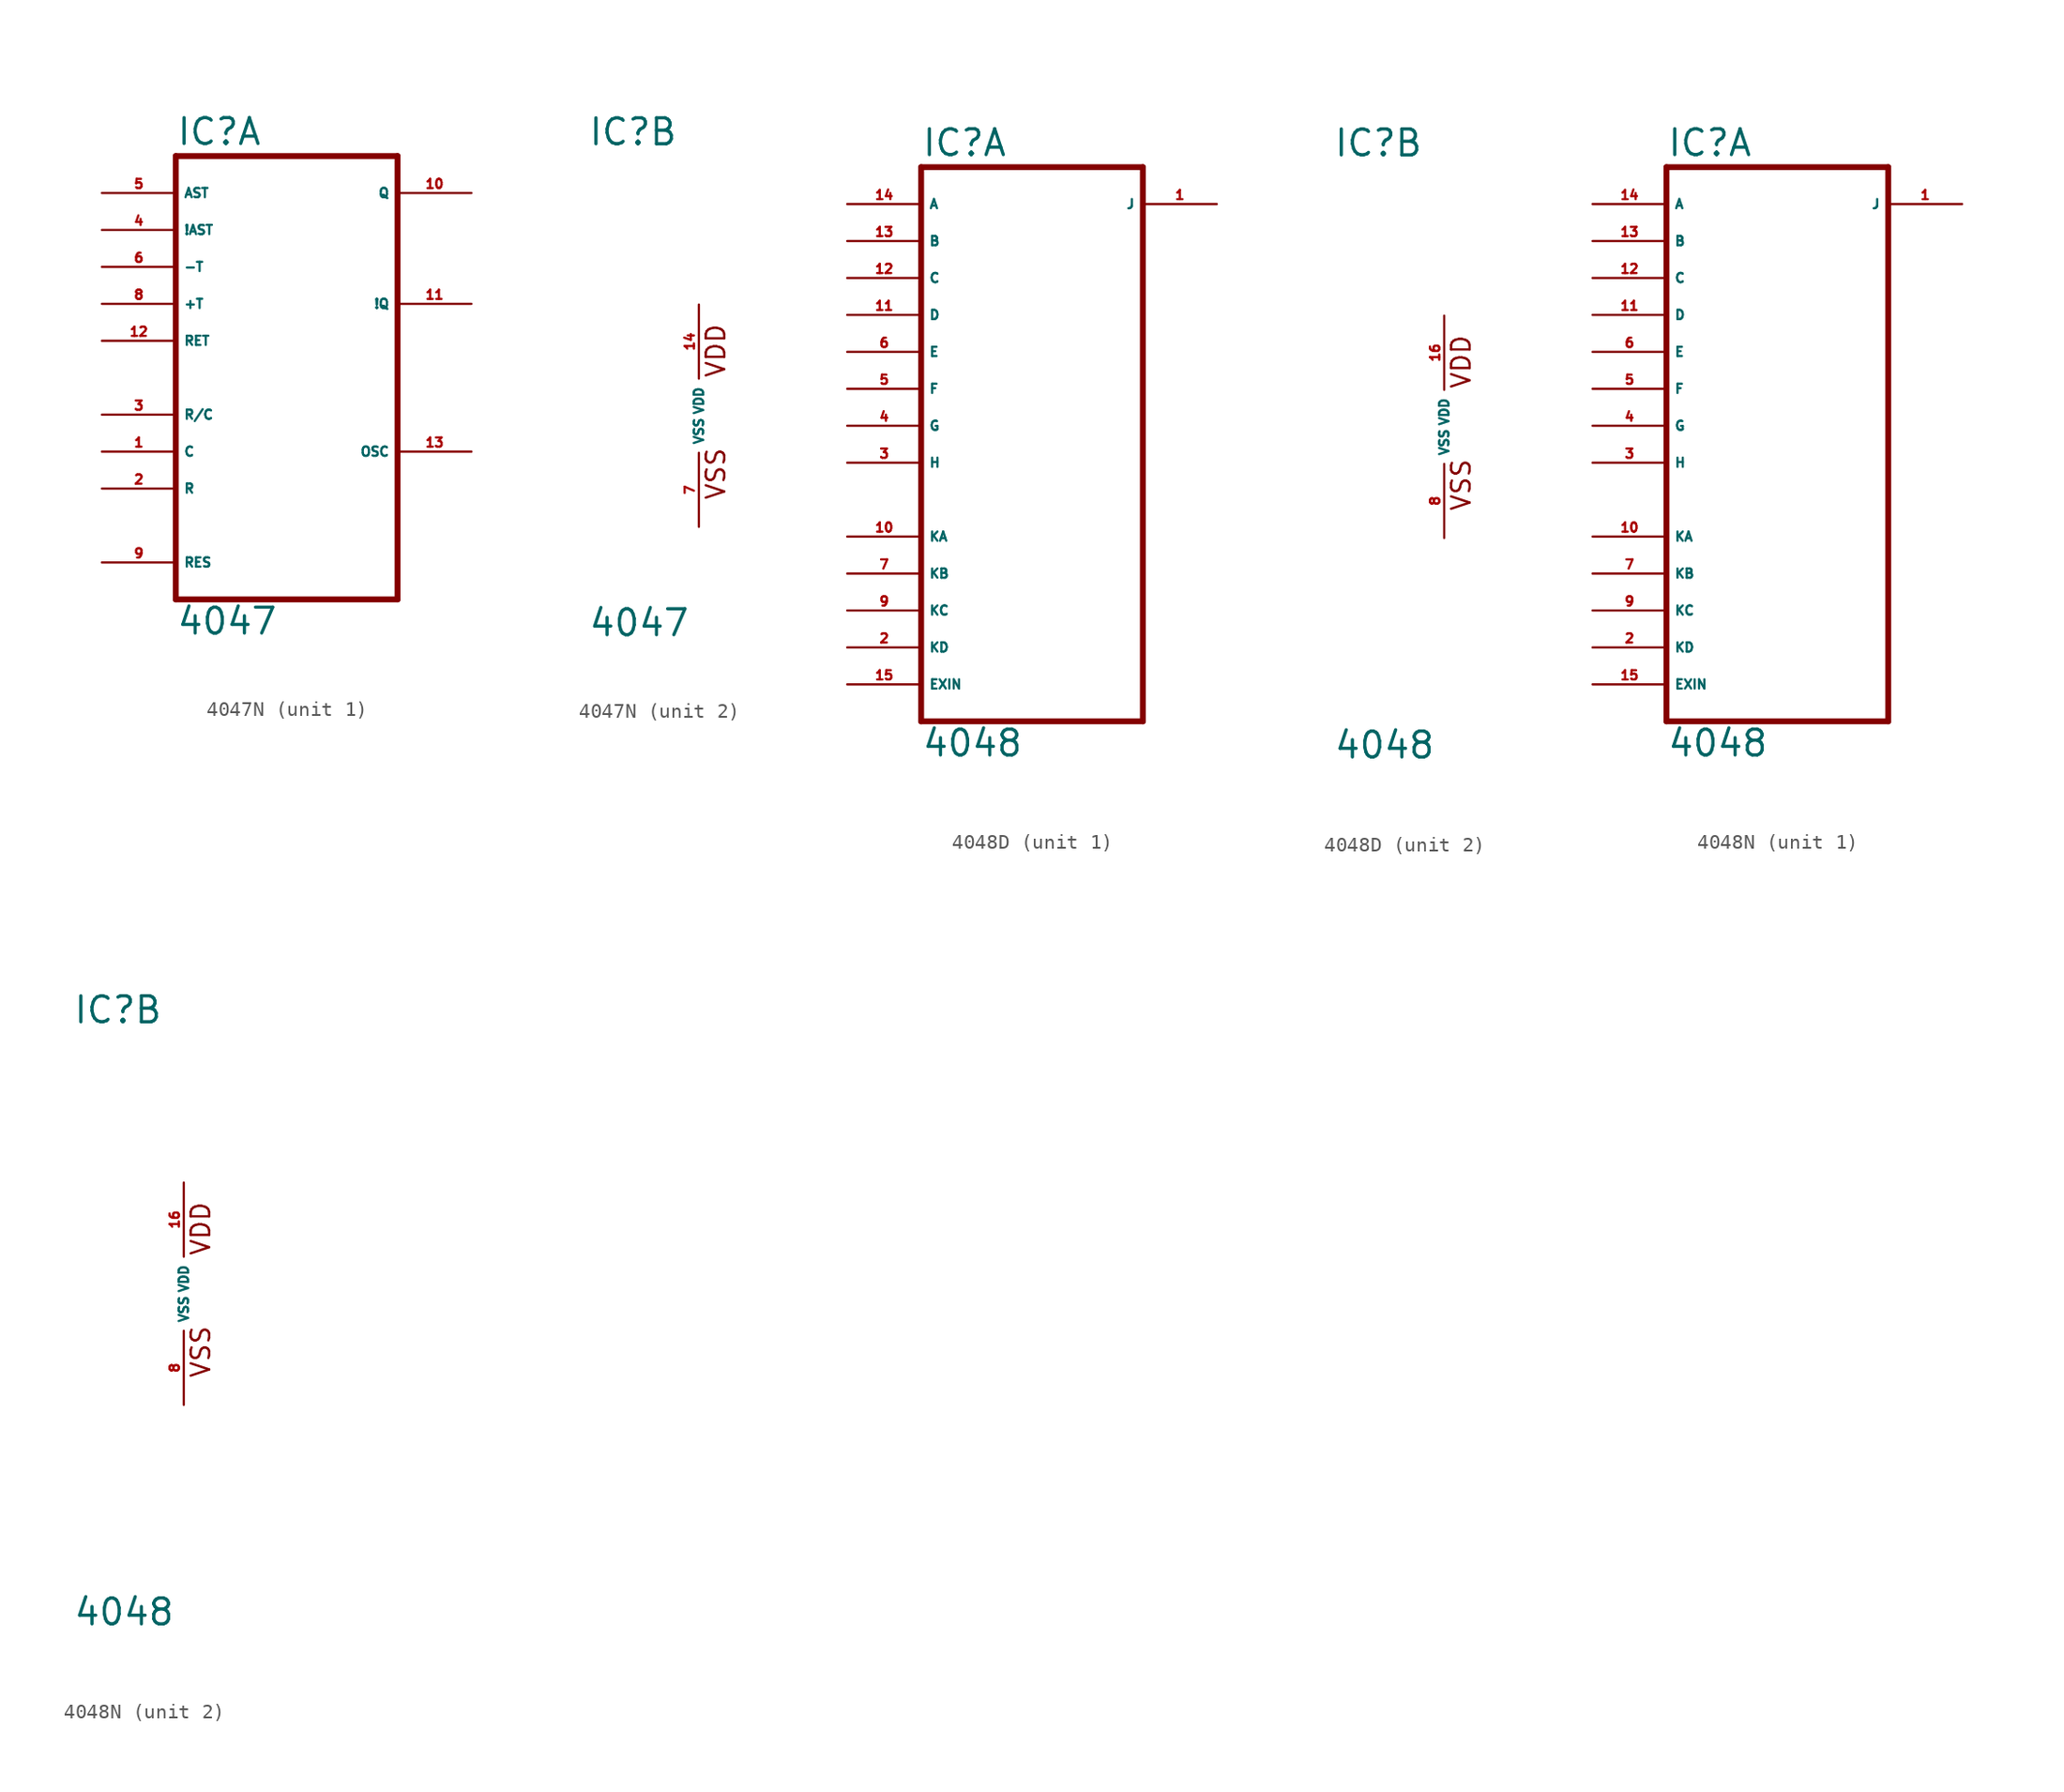
<source format=kicad_sym>
(kicad_symbol_lib
  (version 20220914)
  (generator Eagle2Kicad)
  (symbol "4047N"
    (property "Reference" "IC"
      (at -7.62 18.415 0)
      (effects (font (size 1.778 1.778) (thickness 0.22)) (justify left bottom)))
    (property "Value" "4047"
      (at -7.62 -15.24 0)
      (effects (font (size 1.778 1.778) (thickness 0.22)) (justify left bottom)))
    (symbol "4047N_1_0"
      (polyline (pts (xy -7.62 -12.7) (xy 7.62 -12.7)) (stroke (width 0.406) (type default)) (fill (type none)))
      (polyline (pts (xy 7.62 -12.7) (xy 7.62 17.78)) (stroke (width 0.406) (type default)) (fill (type none)))
      (polyline (pts (xy 7.62 17.78) (xy -7.62 17.78)) (stroke (width 0.406) (type default)) (fill (type none)))
      (polyline (pts (xy -7.62 17.78) (xy -7.62 -12.7)) (stroke (width 0.406) (type default)) (fill (type none)))
      (pin input line (at -12.7 -2.54 0) (length 5.08) (name "C" (effects (font (size 0.635 0.635) (thickness 0.08)) (justify left bottom))) (number "1" (effects (font (size 0.635 0.635) (thickness 0.08)) (justify left bottom))))
      (pin input line (at -12.7 -5.08 0) (length 5.08) (name "R" (effects (font (size 0.635 0.635) (thickness 0.08)) (justify left bottom))) (number "2" (effects (font (size 0.635 0.635) (thickness 0.08)) (justify left bottom))))
      (pin input line (at -12.7 0 0) (length 5.08) (name "R/C" (effects (font (size 0.635 0.635) (thickness 0.08)) (justify left bottom))) (number "3" (effects (font (size 0.635 0.635) (thickness 0.08)) (justify left bottom))))
      (pin input line (at -12.7 12.7 0) (length 5.08) (name "!AST" (effects (font (size 0.635 0.635) (thickness 0.08)) (justify left bottom))) (number "4" (effects (font (size 0.635 0.635) (thickness 0.08)) (justify left bottom))))
      (pin input line (at -12.7 15.24 0) (length 5.08) (name "AST" (effects (font (size 0.635 0.635) (thickness 0.08)) (justify left bottom))) (number "5" (effects (font (size 0.635 0.635) (thickness 0.08)) (justify left bottom))))
      (pin input line (at -12.7 10.16 0) (length 5.08) (name "-T" (effects (font (size 0.635 0.635) (thickness 0.08)) (justify left bottom))) (number "6" (effects (font (size 0.635 0.635) (thickness 0.08)) (justify left bottom))))
      (pin input line (at -12.7 7.62 0) (length 5.08) (name "+T" (effects (font (size 0.635 0.635) (thickness 0.08)) (justify left bottom))) (number "8" (effects (font (size 0.635 0.635) (thickness 0.08)) (justify left bottom))))
      (pin input line (at -12.7 -10.16 0) (length 5.08) (name "RES" (effects (font (size 0.635 0.635) (thickness 0.08)) (justify left bottom))) (number "9" (effects (font (size 0.635 0.635) (thickness 0.08)) (justify left bottom))))
      (pin output line (at 12.7 15.24 180) (length 5.08) (name "Q" (effects (font (size 0.635 0.635) (thickness 0.08)) (justify left bottom))) (number "10" (effects (font (size 0.635 0.635) (thickness 0.08)) (justify left bottom))))
      (pin output line (at 12.7 7.62 180) (length 5.08) (name "!Q" (effects (font (size 0.635 0.635) (thickness 0.08)) (justify left bottom))) (number "11" (effects (font (size 0.635 0.635) (thickness 0.08)) (justify left bottom))))
      (pin input line (at -12.7 5.08 0) (length 5.08) (name "RET" (effects (font (size 0.635 0.635) (thickness 0.08)) (justify left bottom))) (number "12" (effects (font (size 0.635 0.635) (thickness 0.08)) (justify left bottom))))
      (pin output line (at 12.7 -2.54 180) (length 5.08) (name "OSC" (effects (font (size 0.635 0.635) (thickness 0.08)) (justify left bottom))) (number "13" (effects (font (size 0.635 0.635) (thickness 0.08)) (justify left bottom)))))
    (symbol "4047N_2_0"
      (text "VDD" (at 1.905 2.54 900) (effects (font (size 1.27 1.27) (thickness 0.16)) (justify left bottom)))
      (text "VSS" (at 1.905 -5.842 900) (effects (font (size 1.27 1.27) (thickness 0.16)) (justify left bottom)))
      (pin unspecified line (at 0 -7.62 90) (length 5.08) (name "VSS" (effects (font (size 0.635 0.635) (thickness 0.08)) (justify left bottom))) (number "7" (effects (font (size 0.635 0.635) (thickness 0.08)) (justify left bottom))))
      (pin unspecified line (at 0 7.62 270) (length 5.08) (name "VDD" (effects (font (size 0.635 0.635) (thickness 0.08)) (justify left bottom))) (number "14" (effects (font (size 0.635 0.635) (thickness 0.08)) (justify left bottom))))))
  (symbol "4048D"
    (property "Reference" "IC"
      (at -7.62 18.415 0)
      (effects (font (size 1.778 1.778) (thickness 0.22)) (justify left bottom)))
    (property "Value" "4048"
      (at -7.62 -22.86 0)
      (effects (font (size 1.778 1.778) (thickness 0.22)) (justify left bottom)))
    (symbol "4048D_1_0"
      (polyline (pts (xy -7.62 -20.32) (xy 7.62 -20.32)) (stroke (width 0.406) (type default)) (fill (type none)))
      (polyline (pts (xy 7.62 -20.32) (xy 7.62 17.78)) (stroke (width 0.406) (type default)) (fill (type none)))
      (polyline (pts (xy 7.62 17.78) (xy -7.62 17.78)) (stroke (width 0.406) (type default)) (fill (type none)))
      (polyline (pts (xy -7.62 17.78) (xy -7.62 -20.32)) (stroke (width 0.406) (type default)) (fill (type none)))
      (pin output line (at 12.7 15.24 180) (length 5.08) (name "J" (effects (font (size 0.635 0.635) (thickness 0.08)) (justify left bottom))) (number "1" (effects (font (size 0.635 0.635) (thickness 0.08)) (justify left bottom))))
      (pin input line (at -12.7 -15.24 0) (length 5.08) (name "KD" (effects (font (size 0.635 0.635) (thickness 0.08)) (justify left bottom))) (number "2" (effects (font (size 0.635 0.635) (thickness 0.08)) (justify left bottom))))
      (pin input line (at -12.7 -2.54 0) (length 5.08) (name "H" (effects (font (size 0.635 0.635) (thickness 0.08)) (justify left bottom))) (number "3" (effects (font (size 0.635 0.635) (thickness 0.08)) (justify left bottom))))
      (pin input line (at -12.7 0 0) (length 5.08) (name "G" (effects (font (size 0.635 0.635) (thickness 0.08)) (justify left bottom))) (number "4" (effects (font (size 0.635 0.635) (thickness 0.08)) (justify left bottom))))
      (pin input line (at -12.7 2.54 0) (length 5.08) (name "F" (effects (font (size 0.635 0.635) (thickness 0.08)) (justify left bottom))) (number "5" (effects (font (size 0.635 0.635) (thickness 0.08)) (justify left bottom))))
      (pin input line (at -12.7 5.08 0) (length 5.08) (name "E" (effects (font (size 0.635 0.635) (thickness 0.08)) (justify left bottom))) (number "6" (effects (font (size 0.635 0.635) (thickness 0.08)) (justify left bottom))))
      (pin input line (at -12.7 -10.16 0) (length 5.08) (name "KB" (effects (font (size 0.635 0.635) (thickness 0.08)) (justify left bottom))) (number "7" (effects (font (size 0.635 0.635) (thickness 0.08)) (justify left bottom))))
      (pin input line (at -12.7 -12.7 0) (length 5.08) (name "KC" (effects (font (size 0.635 0.635) (thickness 0.08)) (justify left bottom))) (number "9" (effects (font (size 0.635 0.635) (thickness 0.08)) (justify left bottom))))
      (pin input line (at -12.7 -7.62 0) (length 5.08) (name "KA" (effects (font (size 0.635 0.635) (thickness 0.08)) (justify left bottom))) (number "10" (effects (font (size 0.635 0.635) (thickness 0.08)) (justify left bottom))))
      (pin input line (at -12.7 7.62 0) (length 5.08) (name "D" (effects (font (size 0.635 0.635) (thickness 0.08)) (justify left bottom))) (number "11" (effects (font (size 0.635 0.635) (thickness 0.08)) (justify left bottom))))
      (pin input line (at -12.7 10.16 0) (length 5.08) (name "C" (effects (font (size 0.635 0.635) (thickness 0.08)) (justify left bottom))) (number "12" (effects (font (size 0.635 0.635) (thickness 0.08)) (justify left bottom))))
      (pin input line (at -12.7 12.7 0) (length 5.08) (name "B" (effects (font (size 0.635 0.635) (thickness 0.08)) (justify left bottom))) (number "13" (effects (font (size 0.635 0.635) (thickness 0.08)) (justify left bottom))))
      (pin input line (at -12.7 15.24 0) (length 5.08) (name "A" (effects (font (size 0.635 0.635) (thickness 0.08)) (justify left bottom))) (number "14" (effects (font (size 0.635 0.635) (thickness 0.08)) (justify left bottom))))
      (pin input line (at -12.7 -17.78 0) (length 5.08) (name "EXIN" (effects (font (size 0.635 0.635) (thickness 0.08)) (justify left bottom))) (number "15" (effects (font (size 0.635 0.635) (thickness 0.08)) (justify left bottom)))))
    (symbol "4048D_2_0"
      (text "VDD" (at 1.905 2.54 900) (effects (font (size 1.27 1.27) (thickness 0.16)) (justify left bottom)))
      (text "VSS" (at 1.905 -5.842 900) (effects (font (size 1.27 1.27) (thickness 0.16)) (justify left bottom)))
      (pin unspecified line (at 0 -7.62 90) (length 5.08) (name "VSS" (effects (font (size 0.635 0.635) (thickness 0.08)) (justify left bottom))) (number "8" (effects (font (size 0.635 0.635) (thickness 0.08)) (justify left bottom))))
      (pin unspecified line (at 0 7.62 270) (length 5.08) (name "VDD" (effects (font (size 0.635 0.635) (thickness 0.08)) (justify left bottom))) (number "16" (effects (font (size 0.635 0.635) (thickness 0.08)) (justify left bottom))))))
  (symbol "4048N"
    (property "Reference" "IC"
      (at -7.62 18.415 0)
      (effects (font (size 1.778 1.778) (thickness 0.22)) (justify left bottom)))
    (property "Value" "4048"
      (at -7.62 -22.86 0)
      (effects (font (size 1.778 1.778) (thickness 0.22)) (justify left bottom)))
    (symbol "4048N_1_0"
      (polyline (pts (xy -7.62 -20.32) (xy 7.62 -20.32)) (stroke (width 0.406) (type default)) (fill (type none)))
      (polyline (pts (xy 7.62 -20.32) (xy 7.62 17.78)) (stroke (width 0.406) (type default)) (fill (type none)))
      (polyline (pts (xy 7.62 17.78) (xy -7.62 17.78)) (stroke (width 0.406) (type default)) (fill (type none)))
      (polyline (pts (xy -7.62 17.78) (xy -7.62 -20.32)) (stroke (width 0.406) (type default)) (fill (type none)))
      (pin output line (at 12.7 15.24 180) (length 5.08) (name "J" (effects (font (size 0.635 0.635) (thickness 0.08)) (justify left bottom))) (number "1" (effects (font (size 0.635 0.635) (thickness 0.08)) (justify left bottom))))
      (pin input line (at -12.7 -15.24 0) (length 5.08) (name "KD" (effects (font (size 0.635 0.635) (thickness 0.08)) (justify left bottom))) (number "2" (effects (font (size 0.635 0.635) (thickness 0.08)) (justify left bottom))))
      (pin input line (at -12.7 -2.54 0) (length 5.08) (name "H" (effects (font (size 0.635 0.635) (thickness 0.08)) (justify left bottom))) (number "3" (effects (font (size 0.635 0.635) (thickness 0.08)) (justify left bottom))))
      (pin input line (at -12.7 0 0) (length 5.08) (name "G" (effects (font (size 0.635 0.635) (thickness 0.08)) (justify left bottom))) (number "4" (effects (font (size 0.635 0.635) (thickness 0.08)) (justify left bottom))))
      (pin input line (at -12.7 2.54 0) (length 5.08) (name "F" (effects (font (size 0.635 0.635) (thickness 0.08)) (justify left bottom))) (number "5" (effects (font (size 0.635 0.635) (thickness 0.08)) (justify left bottom))))
      (pin input line (at -12.7 5.08 0) (length 5.08) (name "E" (effects (font (size 0.635 0.635) (thickness 0.08)) (justify left bottom))) (number "6" (effects (font (size 0.635 0.635) (thickness 0.08)) (justify left bottom))))
      (pin input line (at -12.7 -10.16 0) (length 5.08) (name "KB" (effects (font (size 0.635 0.635) (thickness 0.08)) (justify left bottom))) (number "7" (effects (font (size 0.635 0.635) (thickness 0.08)) (justify left bottom))))
      (pin input line (at -12.7 -12.7 0) (length 5.08) (name "KC" (effects (font (size 0.635 0.635) (thickness 0.08)) (justify left bottom))) (number "9" (effects (font (size 0.635 0.635) (thickness 0.08)) (justify left bottom))))
      (pin input line (at -12.7 -7.62 0) (length 5.08) (name "KA" (effects (font (size 0.635 0.635) (thickness 0.08)) (justify left bottom))) (number "10" (effects (font (size 0.635 0.635) (thickness 0.08)) (justify left bottom))))
      (pin input line (at -12.7 7.62 0) (length 5.08) (name "D" (effects (font (size 0.635 0.635) (thickness 0.08)) (justify left bottom))) (number "11" (effects (font (size 0.635 0.635) (thickness 0.08)) (justify left bottom))))
      (pin input line (at -12.7 10.16 0) (length 5.08) (name "C" (effects (font (size 0.635 0.635) (thickness 0.08)) (justify left bottom))) (number "12" (effects (font (size 0.635 0.635) (thickness 0.08)) (justify left bottom))))
      (pin input line (at -12.7 12.7 0) (length 5.08) (name "B" (effects (font (size 0.635 0.635) (thickness 0.08)) (justify left bottom))) (number "13" (effects (font (size 0.635 0.635) (thickness 0.08)) (justify left bottom))))
      (pin input line (at -12.7 15.24 0) (length 5.08) (name "A" (effects (font (size 0.635 0.635) (thickness 0.08)) (justify left bottom))) (number "14" (effects (font (size 0.635 0.635) (thickness 0.08)) (justify left bottom))))
      (pin input line (at -12.7 -17.78 0) (length 5.08) (name "EXIN" (effects (font (size 0.635 0.635) (thickness 0.08)) (justify left bottom))) (number "15" (effects (font (size 0.635 0.635) (thickness 0.08)) (justify left bottom)))))
    (symbol "4048N_2_0"
      (text "VDD" (at 1.905 2.54 900) (effects (font (size 1.27 1.27) (thickness 0.16)) (justify left bottom)))
      (text "VSS" (at 1.905 -5.842 900) (effects (font (size 1.27 1.27) (thickness 0.16)) (justify left bottom)))
      (pin unspecified line (at 0 -7.62 90) (length 5.08) (name "VSS" (effects (font (size 0.635 0.635) (thickness 0.08)) (justify left bottom))) (number "8" (effects (font (size 0.635 0.635) (thickness 0.08)) (justify left bottom))))
      (pin unspecified line (at 0 7.62 270) (length 5.08) (name "VDD" (effects (font (size 0.635 0.635) (thickness 0.08)) (justify left bottom))) (number "16" (effects (font (size 0.635 0.635) (thickness 0.08)) (justify left bottom)))))))
</source>
